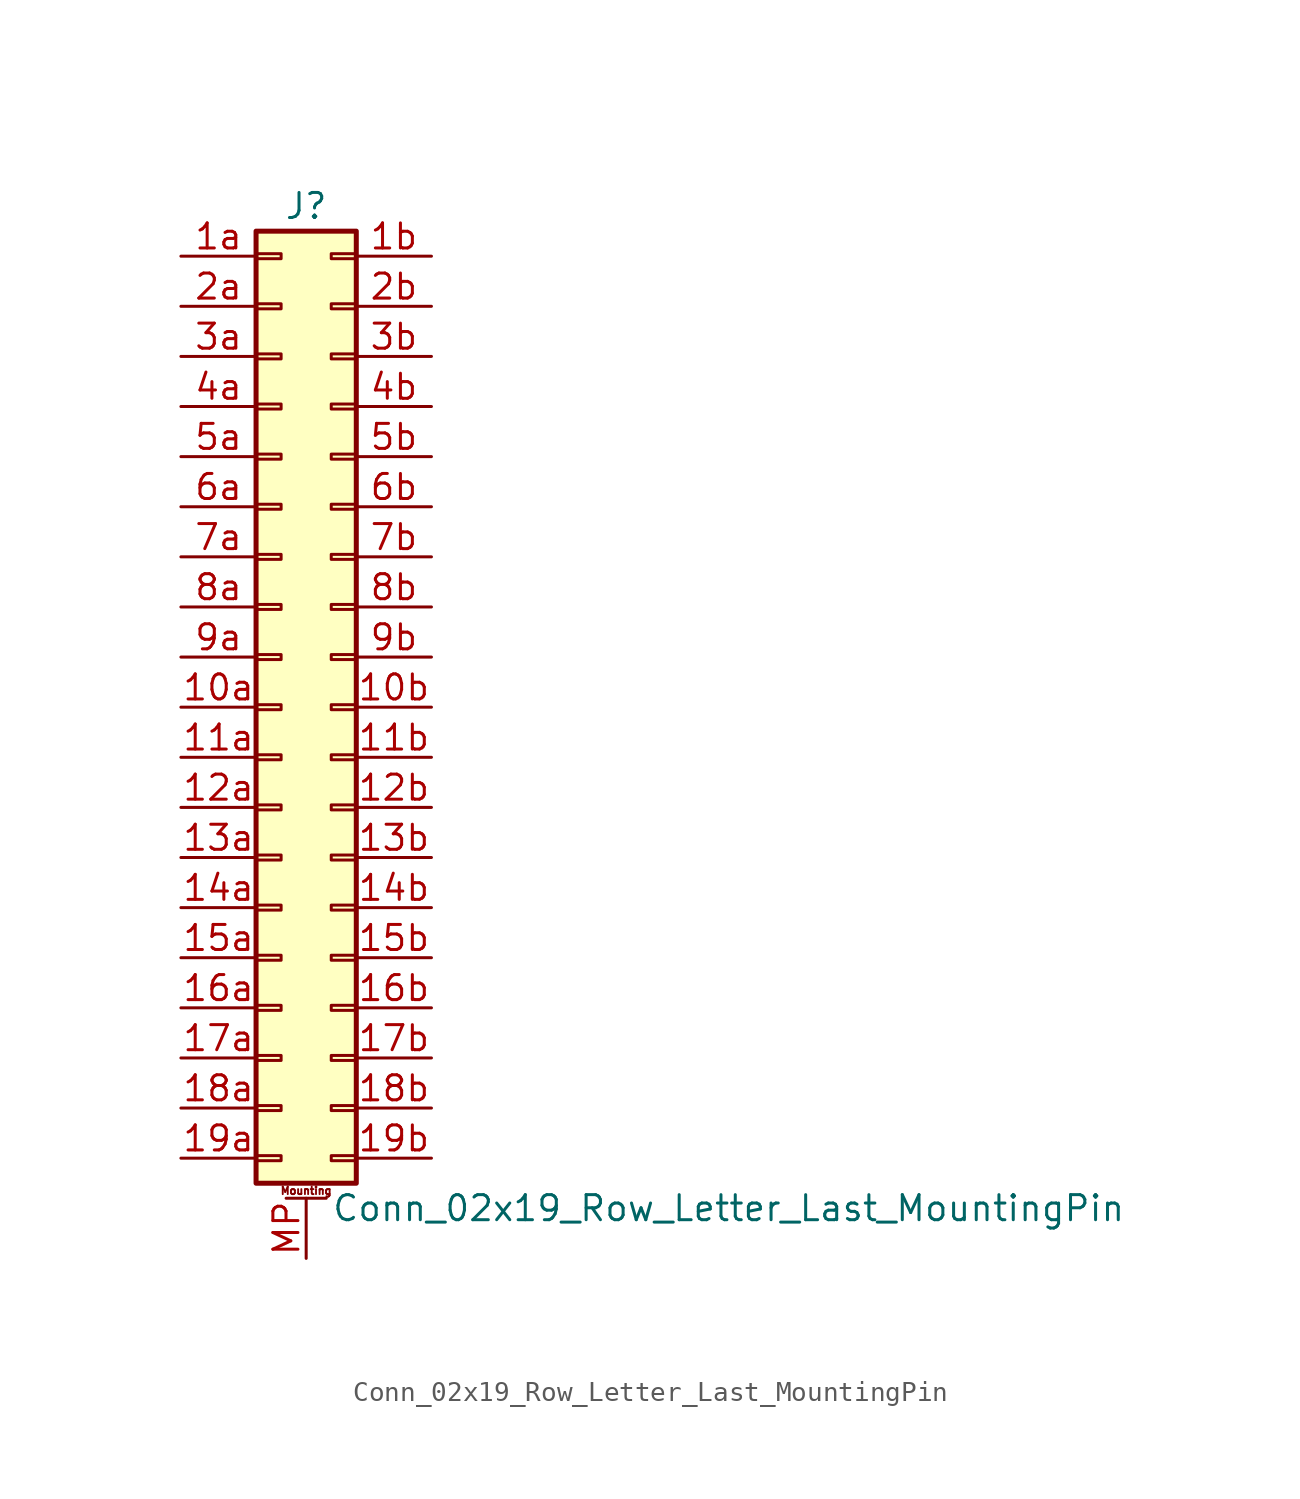
<source format=kicad_sym>
(kicad_symbol_lib
  (version 20201005)
  (generator kicad_symbol_editor)
  (symbol "Conn_02x19_Row_Letter_Last_MountingPin"
    (pin_names
      (offset 1.016) hide)
    (property "Reference" "J"
      (at 1.27 25.4 0)
      (effects (font (size 1.27 1.27))))
    (property "Value" "Conn_02x19_Row_Letter_Last_MountingPin"
      (at 2.54 -25.4 0)
      (effects (font (size 1.27 1.27)) (justify left)))
    (symbol "Conn_02x19_Row_Letter_Last_MountingPin_1_1"
      (text "Mounting" (at 1.27 -24.511 0) (effects (font (size 0.381 0.381))))
      (rectangle (start -1.27 -22.733) (end 0 -22.987) (stroke (width 0.152)) (fill (type none)))
      (rectangle (start -1.27 -20.193) (end 0 -20.447) (stroke (width 0.152)) (fill (type none)))
      (rectangle (start -1.27 -17.653) (end 0 -17.907) (stroke (width 0.152)) (fill (type none)))
      (rectangle (start -1.27 -15.113) (end 0 -15.367) (stroke (width 0.152)) (fill (type none)))
      (rectangle (start -1.27 -12.573) (end 0 -12.827) (stroke (width 0.152)) (fill (type none)))
      (rectangle (start -1.27 -10.033) (end 0 -10.287) (stroke (width 0.152)) (fill (type none)))
      (rectangle (start -1.27 -7.493) (end 0 -7.747) (stroke (width 0.152)) (fill (type none)))
      (rectangle (start -1.27 -4.953) (end 0 -5.207) (stroke (width 0.152)) (fill (type none)))
      (rectangle (start -1.27 -2.413) (end 0 -2.667) (stroke (width 0.152)) (fill (type none)))
      (rectangle (start -1.27 0.127) (end 0 -0.127) (stroke (width 0.152)) (fill (type none)))
      (rectangle (start -1.27 2.667) (end 0 2.413) (stroke (width 0.152)) (fill (type none)))
      (rectangle (start -1.27 5.207) (end 0 4.953) (stroke (width 0.152)) (fill (type none)))
      (rectangle (start -1.27 7.747) (end 0 7.493) (stroke (width 0.152)) (fill (type none)))
      (rectangle (start -1.27 10.287) (end 0 10.033) (stroke (width 0.152)) (fill (type none)))
      (rectangle (start -1.27 12.827) (end 0 12.573) (stroke (width 0.152)) (fill (type none)))
      (rectangle (start -1.27 15.367) (end 0 15.113) (stroke (width 0.152)) (fill (type none)))
      (rectangle (start -1.27 17.907) (end 0 17.653) (stroke (width 0.152)) (fill (type none)))
      (rectangle (start -1.27 20.447) (end 0 20.193) (stroke (width 0.152)) (fill (type none)))
      (rectangle (start -1.27 22.987) (end 0 22.733) (stroke (width 0.152)) (fill (type none)))
      (rectangle (start 3.81 -22.733) (end 2.54 -22.987) (stroke (width 0.152)) (fill (type none)))
      (rectangle (start 3.81 -20.193) (end 2.54 -20.447) (stroke (width 0.152)) (fill (type none)))
      (rectangle (start 3.81 -17.653) (end 2.54 -17.907) (stroke (width 0.152)) (fill (type none)))
      (rectangle (start 3.81 -15.113) (end 2.54 -15.367) (stroke (width 0.152)) (fill (type none)))
      (rectangle (start 3.81 -12.573) (end 2.54 -12.827) (stroke (width 0.152)) (fill (type none)))
      (rectangle (start 3.81 -10.033) (end 2.54 -10.287) (stroke (width 0.152)) (fill (type none)))
      (rectangle (start 3.81 -7.493) (end 2.54 -7.747) (stroke (width 0.152)) (fill (type none)))
      (rectangle (start 3.81 -4.953) (end 2.54 -5.207) (stroke (width 0.152)) (fill (type none)))
      (rectangle (start 3.81 -2.413) (end 2.54 -2.667) (stroke (width 0.152)) (fill (type none)))
      (rectangle (start 3.81 0.127) (end 2.54 -0.127) (stroke (width 0.152)) (fill (type none)))
      (rectangle (start 3.81 2.667) (end 2.54 2.413) (stroke (width 0.152)) (fill (type none)))
      (rectangle (start 3.81 5.207) (end 2.54 4.953) (stroke (width 0.152)) (fill (type none)))
      (rectangle (start 3.81 7.747) (end 2.54 7.493) (stroke (width 0.152)) (fill (type none)))
      (rectangle (start 3.81 10.287) (end 2.54 10.033) (stroke (width 0.152)) (fill (type none)))
      (rectangle (start 3.81 12.827) (end 2.54 12.573) (stroke (width 0.152)) (fill (type none)))
      (rectangle (start 3.81 15.367) (end 2.54 15.113) (stroke (width 0.152)) (fill (type none)))
      (rectangle (start 3.81 17.907) (end 2.54 17.653) (stroke (width 0.152)) (fill (type none)))
      (rectangle (start 3.81 20.447) (end 2.54 20.193) (stroke (width 0.152)) (fill (type none)))
      (rectangle (start 3.81 22.987) (end 2.54 22.733) (stroke (width 0.152)) (fill (type none)))
      (rectangle (start -1.27 24.13) (end 3.81 -24.13) (stroke (width 0.254)) (fill (type background)))
      (polyline (pts (xy 0.254 -24.892) (xy 2.286 -24.892)) (stroke (width 0.152)) (fill (type none)))
      (pin passive line (at -5.08 0 0) (length 3.81) (name "Pin_10a" (effects (font (size 1.27 1.27)))) (number "10a" (effects (font (size 1.27 1.27)))))
      (pin passive line (at 7.62 0 180) (length 3.81) (name "Pin_10b" (effects (font (size 1.27 1.27)))) (number "10b" (effects (font (size 1.27 1.27)))))
      (pin passive line (at -5.08 -2.54 0) (length 3.81) (name "Pin_11a" (effects (font (size 1.27 1.27)))) (number "11a" (effects (font (size 1.27 1.27)))))
      (pin passive line (at 7.62 -2.54 180) (length 3.81) (name "Pin_11b" (effects (font (size 1.27 1.27)))) (number "11b" (effects (font (size 1.27 1.27)))))
      (pin passive line (at -5.08 -5.08 0) (length 3.81) (name "Pin_12a" (effects (font (size 1.27 1.27)))) (number "12a" (effects (font (size 1.27 1.27)))))
      (pin passive line (at 7.62 -5.08 180) (length 3.81) (name "Pin_12b" (effects (font (size 1.27 1.27)))) (number "12b" (effects (font (size 1.27 1.27)))))
      (pin passive line (at -5.08 -7.62 0) (length 3.81) (name "Pin_13a" (effects (font (size 1.27 1.27)))) (number "13a" (effects (font (size 1.27 1.27)))))
      (pin passive line (at 7.62 -7.62 180) (length 3.81) (name "Pin_13b" (effects (font (size 1.27 1.27)))) (number "13b" (effects (font (size 1.27 1.27)))))
      (pin passive line (at -5.08 -10.16 0) (length 3.81) (name "Pin_14a" (effects (font (size 1.27 1.27)))) (number "14a" (effects (font (size 1.27 1.27)))))
      (pin passive line (at 7.62 -10.16 180) (length 3.81) (name "Pin_14b" (effects (font (size 1.27 1.27)))) (number "14b" (effects (font (size 1.27 1.27)))))
      (pin passive line (at -5.08 -12.7 0) (length 3.81) (name "Pin_15a" (effects (font (size 1.27 1.27)))) (number "15a" (effects (font (size 1.27 1.27)))))
      (pin passive line (at 7.62 -12.7 180) (length 3.81) (name "Pin_15b" (effects (font (size 1.27 1.27)))) (number "15b" (effects (font (size 1.27 1.27)))))
      (pin passive line (at -5.08 -15.24 0) (length 3.81) (name "Pin_16a" (effects (font (size 1.27 1.27)))) (number "16a" (effects (font (size 1.27 1.27)))))
      (pin passive line (at 7.62 -15.24 180) (length 3.81) (name "Pin_16b" (effects (font (size 1.27 1.27)))) (number "16b" (effects (font (size 1.27 1.27)))))
      (pin passive line (at -5.08 -17.78 0) (length 3.81) (name "Pin_17a" (effects (font (size 1.27 1.27)))) (number "17a" (effects (font (size 1.27 1.27)))))
      (pin passive line (at 7.62 -17.78 180) (length 3.81) (name "Pin_17b" (effects (font (size 1.27 1.27)))) (number "17b" (effects (font (size 1.27 1.27)))))
      (pin passive line (at -5.08 -20.32 0) (length 3.81) (name "Pin_18a" (effects (font (size 1.27 1.27)))) (number "18a" (effects (font (size 1.27 1.27)))))
      (pin passive line (at 7.62 -20.32 180) (length 3.81) (name "Pin_18b" (effects (font (size 1.27 1.27)))) (number "18b" (effects (font (size 1.27 1.27)))))
      (pin passive line (at -5.08 -22.86 0) (length 3.81) (name "Pin_19a" (effects (font (size 1.27 1.27)))) (number "19a" (effects (font (size 1.27 1.27)))))
      (pin passive line (at 7.62 -22.86 180) (length 3.81) (name "Pin_19b" (effects (font (size 1.27 1.27)))) (number "19b" (effects (font (size 1.27 1.27)))))
      (pin passive line (at -5.08 22.86 0) (length 3.81) (name "Pin_1a" (effects (font (size 1.27 1.27)))) (number "1a" (effects (font (size 1.27 1.27)))))
      (pin passive line (at 7.62 22.86 180) (length 3.81) (name "Pin_1b" (effects (font (size 1.27 1.27)))) (number "1b" (effects (font (size 1.27 1.27)))))
      (pin passive line (at -5.08 20.32 0) (length 3.81) (name "Pin_2a" (effects (font (size 1.27 1.27)))) (number "2a" (effects (font (size 1.27 1.27)))))
      (pin passive line (at 7.62 20.32 180) (length 3.81) (name "Pin_2b" (effects (font (size 1.27 1.27)))) (number "2b" (effects (font (size 1.27 1.27)))))
      (pin passive line (at -5.08 17.78 0) (length 3.81) (name "Pin_3a" (effects (font (size 1.27 1.27)))) (number "3a" (effects (font (size 1.27 1.27)))))
      (pin passive line (at 7.62 17.78 180) (length 3.81) (name "Pin_3b" (effects (font (size 1.27 1.27)))) (number "3b" (effects (font (size 1.27 1.27)))))
      (pin passive line (at -5.08 15.24 0) (length 3.81) (name "Pin_4a" (effects (font (size 1.27 1.27)))) (number "4a" (effects (font (size 1.27 1.27)))))
      (pin passive line (at 7.62 15.24 180) (length 3.81) (name "Pin_4b" (effects (font (size 1.27 1.27)))) (number "4b" (effects (font (size 1.27 1.27)))))
      (pin passive line (at -5.08 12.7 0) (length 3.81) (name "Pin_5a" (effects (font (size 1.27 1.27)))) (number "5a" (effects (font (size 1.27 1.27)))))
      (pin passive line (at 7.62 12.7 180) (length 3.81) (name "Pin_5b" (effects (font (size 1.27 1.27)))) (number "5b" (effects (font (size 1.27 1.27)))))
      (pin passive line (at -5.08 10.16 0) (length 3.81) (name "Pin_6a" (effects (font (size 1.27 1.27)))) (number "6a" (effects (font (size 1.27 1.27)))))
      (pin passive line (at 7.62 10.16 180) (length 3.81) (name "Pin_6b" (effects (font (size 1.27 1.27)))) (number "6b" (effects (font (size 1.27 1.27)))))
      (pin passive line (at -5.08 7.62 0) (length 3.81) (name "Pin_7a" (effects (font (size 1.27 1.27)))) (number "7a" (effects (font (size 1.27 1.27)))))
      (pin passive line (at 7.62 7.62 180) (length 3.81) (name "Pin_7b" (effects (font (size 1.27 1.27)))) (number "7b" (effects (font (size 1.27 1.27)))))
      (pin passive line (at -5.08 5.08 0) (length 3.81) (name "Pin_8a" (effects (font (size 1.27 1.27)))) (number "8a" (effects (font (size 1.27 1.27)))))
      (pin passive line (at 7.62 5.08 180) (length 3.81) (name "Pin_8b" (effects (font (size 1.27 1.27)))) (number "8b" (effects (font (size 1.27 1.27)))))
      (pin passive line (at -5.08 2.54 0) (length 3.81) (name "Pin_9a" (effects (font (size 1.27 1.27)))) (number "9a" (effects (font (size 1.27 1.27)))))
      (pin passive line (at 7.62 2.54 180) (length 3.81) (name "Pin_9b" (effects (font (size 1.27 1.27)))) (number "9b" (effects (font (size 1.27 1.27)))))
      (pin passive line (at 1.27 -27.94 90) (length 3.048) (name "MountPin" (effects (font (size 1.27 1.27)))) (number "MP" (effects (font (size 1.27 1.27))))))))
</source>
